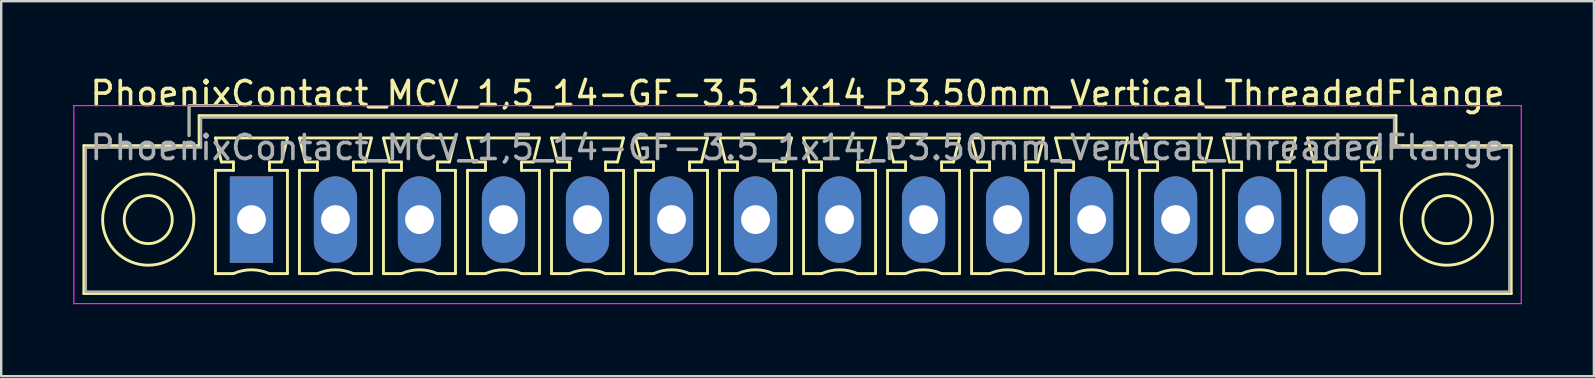
<source format=kicad_pcb>
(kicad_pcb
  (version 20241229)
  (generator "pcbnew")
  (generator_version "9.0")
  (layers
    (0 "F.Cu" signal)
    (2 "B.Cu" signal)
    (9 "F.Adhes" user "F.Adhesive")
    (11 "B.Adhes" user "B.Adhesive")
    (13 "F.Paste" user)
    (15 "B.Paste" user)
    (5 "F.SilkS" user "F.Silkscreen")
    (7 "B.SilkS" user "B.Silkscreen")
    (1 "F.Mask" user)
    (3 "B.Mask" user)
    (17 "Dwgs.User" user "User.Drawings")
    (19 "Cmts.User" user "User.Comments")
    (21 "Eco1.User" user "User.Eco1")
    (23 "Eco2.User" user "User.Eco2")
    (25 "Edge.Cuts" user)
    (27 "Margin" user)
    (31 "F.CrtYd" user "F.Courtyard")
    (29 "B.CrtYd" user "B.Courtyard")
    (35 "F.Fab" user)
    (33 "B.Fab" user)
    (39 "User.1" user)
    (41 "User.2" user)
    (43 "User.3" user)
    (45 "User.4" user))
  (footprint "PhoenixContact_MCV_1,5_14-GF-3.5_1x14_P3.50mm_Vertical_ThreadedFlange"
    (layer "F.Cu")
    (at 7.425 6.098)
    (property "Reference" "PhoenixContact_MCV_1,5_14-GF-3.5_1x14_P3.50mm_Vertical_ThreadedFlange" (at 22.75 -5.25 0) (layer "F.SilkS") (effects (font (size 1 1) (thickness 0.15))))
    (attr through_hole)
    (fp_line (start -6.98 -3.08) (end -6.98 3.08) (stroke (width 0.12) (type solid)) (layer "F.SilkS"))
    (fp_line (start -6.98 3.08) (end 52.48 3.08) (stroke (width 0.12) (type solid)) (layer "F.SilkS"))
    (fp_line (start -2.6 -4.75) (end -0.6 -4.75) (stroke (width 0.12) (type solid)) (layer "F.SilkS"))
    (fp_line (start -2.6 -3.5) (end -2.6 -4.75) (stroke (width 0.12) (type solid)) (layer "F.SilkS"))
    (fp_line (start -2.18 -4.33) (end -2.18 -3.08) (stroke (width 0.12) (type solid)) (layer "F.SilkS"))
    (fp_line (start -2.18 -3.08) (end -6.98 -3.08) (stroke (width 0.12) (type solid)) (layer "F.SilkS"))
    (fp_line (start -1.5 -3.4) (end 1.5 -3.4) (stroke (width 0.12) (type solid)) (layer "F.SilkS"))
    (fp_line (start -1.5 -2.05) (end -0.75 -2.05) (stroke (width 0.12) (type solid)) (layer "F.SilkS"))
    (fp_line (start -1.5 2.25) (end -1.5 -2.05) (stroke (width 0.12) (type solid)) (layer "F.SilkS"))
    (fp_line (start -1.25 -2.4) (end -1.5 -3.4) (stroke (width 0.12) (type solid)) (layer "F.SilkS"))
    (fp_line (start -0.75 -2.4) (end -1.25 -2.4) (stroke (width 0.12) (type solid)) (layer "F.SilkS"))
    (fp_line (start -0.75 -2.05) (end -0.75 -2.4) (stroke (width 0.12) (type solid)) (layer "F.SilkS"))
    (fp_line (start -0.75 2.25) (end -1.5 2.25) (stroke (width 0.12) (type solid)) (layer "F.SilkS"))
    (fp_line (start 0.75 -2.4) (end 0.75 -2.05) (stroke (width 0.12) (type solid)) (layer "F.SilkS"))
    (fp_line (start 0.75 -2.05) (end 1.5 -2.05) (stroke (width 0.12) (type solid)) (layer "F.SilkS"))
    (fp_line (start 1.25 -2.4) (end 0.75 -2.4) (stroke (width 0.12) (type solid)) (layer "F.SilkS"))
    (fp_line (start 1.5 -3.4) (end 1.25 -2.4) (stroke (width 0.12) (type solid)) (layer "F.SilkS"))
    (fp_line (start 1.5 -2.05) (end 1.5 2.25) (stroke (width 0.12) (type solid)) (layer "F.SilkS"))
    (fp_line (start 1.5 2.25) (end 0.75 2.25) (stroke (width 0.12) (type solid)) (layer "F.SilkS"))
    (fp_line (start 2 -3.4) (end 5 -3.4) (stroke (width 0.12) (type solid)) (layer "F.SilkS"))
    (fp_line (start 2 -2.05) (end 2.75 -2.05) (stroke (width 0.12) (type solid)) (layer "F.SilkS"))
    (fp_line (start 2 2.25) (end 2 -2.05) (stroke (width 0.12) (type solid)) (layer "F.SilkS"))
    (fp_line (start 2.25 -2.4) (end 2 -3.4) (stroke (width 0.12) (type solid)) (layer "F.SilkS"))
    (fp_line (start 2.75 -2.4) (end 2.25 -2.4) (stroke (width 0.12) (type solid)) (layer "F.SilkS"))
    (fp_line (start 2.75 -2.05) (end 2.75 -2.4) (stroke (width 0.12) (type solid)) (layer "F.SilkS"))
    (fp_line (start 2.75 2.25) (end 2 2.25) (stroke (width 0.12) (type solid)) (layer "F.SilkS"))
    (fp_line (start 4.25 -2.4) (end 4.25 -2.05) (stroke (width 0.12) (type solid)) (layer "F.SilkS"))
    (fp_line (start 4.25 -2.05) (end 5 -2.05) (stroke (width 0.12) (type solid)) (layer "F.SilkS"))
    (fp_line (start 4.75 -2.4) (end 4.25 -2.4) (stroke (width 0.12) (type solid)) (layer "F.SilkS"))
    (fp_line (start 5 -3.4) (end 4.75 -2.4) (stroke (width 0.12) (type solid)) (layer "F.SilkS"))
    (fp_line (start 5 -2.05) (end 5 2.25) (stroke (width 0.12) (type solid)) (layer "F.SilkS"))
    (fp_line (start 5 2.25) (end 4.25 2.25) (stroke (width 0.12) (type solid)) (layer "F.SilkS"))
    (fp_line (start 5.5 -3.4) (end 8.5 -3.4) (stroke (width 0.12) (type solid)) (layer "F.SilkS"))
    (fp_line (start 5.5 -2.05) (end 6.25 -2.05) (stroke (width 0.12) (type solid)) (layer "F.SilkS"))
    (fp_line (start 5.5 2.25) (end 5.5 -2.05) (stroke (width 0.12) (type solid)) (layer "F.SilkS"))
    (fp_line (start 5.75 -2.4) (end 5.5 -3.4) (stroke (width 0.12) (type solid)) (layer "F.SilkS"))
    (fp_line (start 6.25 -2.4) (end 5.75 -2.4) (stroke (width 0.12) (type solid)) (layer "F.SilkS"))
    (fp_line (start 6.25 -2.05) (end 6.25 -2.4) (stroke (width 0.12) (type solid)) (layer "F.SilkS"))
    (fp_line (start 6.25 2.25) (end 5.5 2.25) (stroke (width 0.12) (type solid)) (layer "F.SilkS"))
    (fp_line (start 7.75 -2.4) (end 7.75 -2.05) (stroke (width 0.12) (type solid)) (layer "F.SilkS"))
    (fp_line (start 7.75 -2.05) (end 8.5 -2.05) (stroke (width 0.12) (type solid)) (layer "F.SilkS"))
    (fp_line (start 8.25 -2.4) (end 7.75 -2.4) (stroke (width 0.12) (type solid)) (layer "F.SilkS"))
    (fp_line (start 8.5 -3.4) (end 8.25 -2.4) (stroke (width 0.12) (type solid)) (layer "F.SilkS"))
    (fp_line (start 8.5 -2.05) (end 8.5 2.25) (stroke (width 0.12) (type solid)) (layer "F.SilkS"))
    (fp_line (start 8.5 2.25) (end 7.75 2.25) (stroke (width 0.12) (type solid)) (layer "F.SilkS"))
    (fp_line (start 9 -3.4) (end 12 -3.4) (stroke (width 0.12) (type solid)) (layer "F.SilkS"))
    (fp_line (start 9 -2.05) (end 9.75 -2.05) (stroke (width 0.12) (type solid)) (layer "F.SilkS"))
    (fp_line (start 9 2.25) (end 9 -2.05) (stroke (width 0.12) (type solid)) (layer "F.SilkS"))
    (fp_line (start 9.25 -2.4) (end 9 -3.4) (stroke (width 0.12) (type solid)) (layer "F.SilkS"))
    (fp_line (start 9.75 -2.4) (end 9.25 -2.4) (stroke (width 0.12) (type solid)) (layer "F.SilkS"))
    (fp_line (start 9.75 -2.05) (end 9.75 -2.4) (stroke (width 0.12) (type solid)) (layer "F.SilkS"))
    (fp_line (start 9.75 2.25) (end 9 2.25) (stroke (width 0.12) (type solid)) (layer "F.SilkS"))
    (fp_line (start 11.25 -2.4) (end 11.25 -2.05) (stroke (width 0.12) (type solid)) (layer "F.SilkS"))
    (fp_line (start 11.25 -2.05) (end 12 -2.05) (stroke (width 0.12) (type solid)) (layer "F.SilkS"))
    (fp_line (start 11.75 -2.4) (end 11.25 -2.4) (stroke (width 0.12) (type solid)) (layer "F.SilkS"))
    (fp_line (start 12 -3.4) (end 11.75 -2.4) (stroke (width 0.12) (type solid)) (layer "F.SilkS"))
    (fp_line (start 12 -2.05) (end 12 2.25) (stroke (width 0.12) (type solid)) (layer "F.SilkS"))
    (fp_line (start 12 2.25) (end 11.25 2.25) (stroke (width 0.12) (type solid)) (layer "F.SilkS"))
    (fp_line (start 12.5 -3.4) (end 15.5 -3.4) (stroke (width 0.12) (type solid)) (layer "F.SilkS"))
    (fp_line (start 12.5 -2.05) (end 13.25 -2.05) (stroke (width 0.12) (type solid)) (layer "F.SilkS"))
    (fp_line (start 12.5 2.25) (end 12.5 -2.05) (stroke (width 0.12) (type solid)) (layer "F.SilkS"))
    (fp_line (start 12.75 -2.4) (end 12.5 -3.4) (stroke (width 0.12) (type solid)) (layer "F.SilkS"))
    (fp_line (start 13.25 -2.4) (end 12.75 -2.4) (stroke (width 0.12) (type solid)) (layer "F.SilkS"))
    (fp_line (start 13.25 -2.05) (end 13.25 -2.4) (stroke (width 0.12) (type solid)) (layer "F.SilkS"))
    (fp_line (start 13.25 2.25) (end 12.5 2.25) (stroke (width 0.12) (type solid)) (layer "F.SilkS"))
    (fp_line (start 14.75 -2.4) (end 14.75 -2.05) (stroke (width 0.12) (type solid)) (layer "F.SilkS"))
    (fp_line (start 14.75 -2.05) (end 15.5 -2.05) (stroke (width 0.12) (type solid)) (layer "F.SilkS"))
    (fp_line (start 15.25 -2.4) (end 14.75 -2.4) (stroke (width 0.12) (type solid)) (layer "F.SilkS"))
    (fp_line (start 15.5 -3.4) (end 15.25 -2.4) (stroke (width 0.12) (type solid)) (layer "F.SilkS"))
    (fp_line (start 15.5 -2.05) (end 15.5 2.25) (stroke (width 0.12) (type solid)) (layer "F.SilkS"))
    (fp_line (start 15.5 2.25) (end 14.75 2.25) (stroke (width 0.12) (type solid)) (layer "F.SilkS"))
    (fp_line (start 16 -3.4) (end 19 -3.4) (stroke (width 0.12) (type solid)) (layer "F.SilkS"))
    (fp_line (start 16 -2.05) (end 16.75 -2.05) (stroke (width 0.12) (type solid)) (layer "F.SilkS"))
    (fp_line (start 16 2.25) (end 16 -2.05) (stroke (width 0.12) (type solid)) (layer "F.SilkS"))
    (fp_line (start 16.25 -2.4) (end 16 -3.4) (stroke (width 0.12) (type solid)) (layer "F.SilkS"))
    (fp_line (start 16.75 -2.4) (end 16.25 -2.4) (stroke (width 0.12) (type solid)) (layer "F.SilkS"))
    (fp_line (start 16.75 -2.05) (end 16.75 -2.4) (stroke (width 0.12) (type solid)) (layer "F.SilkS"))
    (fp_line (start 16.75 2.25) (end 16 2.25) (stroke (width 0.12) (type solid)) (layer "F.SilkS"))
    (fp_line (start 18.25 -2.4) (end 18.25 -2.05) (stroke (width 0.12) (type solid)) (layer "F.SilkS"))
    (fp_line (start 18.25 -2.05) (end 19 -2.05) (stroke (width 0.12) (type solid)) (layer "F.SilkS"))
    (fp_line (start 18.75 -2.4) (end 18.25 -2.4) (stroke (width 0.12) (type solid)) (layer "F.SilkS"))
    (fp_line (start 19 -3.4) (end 18.75 -2.4) (stroke (width 0.12) (type solid)) (layer "F.SilkS"))
    (fp_line (start 19 -2.05) (end 19 2.25) (stroke (width 0.12) (type solid)) (layer "F.SilkS"))
    (fp_line (start 19 2.25) (end 18.25 2.25) (stroke (width 0.12) (type solid)) (layer "F.SilkS"))
    (fp_line (start 19.5 -3.4) (end 22.5 -3.4) (stroke (width 0.12) (type solid)) (layer "F.SilkS"))
    (fp_line (start 19.5 -2.05) (end 20.25 -2.05) (stroke (width 0.12) (type solid)) (layer "F.SilkS"))
    (fp_line (start 19.5 2.25) (end 19.5 -2.05) (stroke (width 0.12) (type solid)) (layer "F.SilkS"))
    (fp_line (start 19.75 -2.4) (end 19.5 -3.4) (stroke (width 0.12) (type solid)) (layer "F.SilkS"))
    (fp_line (start 20.25 -2.4) (end 19.75 -2.4) (stroke (width 0.12) (type solid)) (layer "F.SilkS"))
    (fp_line (start 20.25 -2.05) (end 20.25 -2.4) (stroke (width 0.12) (type solid)) (layer "F.SilkS"))
    (fp_line (start 20.25 2.25) (end 19.5 2.25) (stroke (width 0.12) (type solid)) (layer "F.SilkS"))
    (fp_line (start 21.75 -2.4) (end 21.75 -2.05) (stroke (width 0.12) (type solid)) (layer "F.SilkS"))
    (fp_line (start 21.75 -2.05) (end 22.5 -2.05) (stroke (width 0.12) (type solid)) (layer "F.SilkS"))
    (fp_line (start 22.25 -2.4) (end 21.75 -2.4) (stroke (width 0.12) (type solid)) (layer "F.SilkS"))
    (fp_line (start 22.5 -3.4) (end 22.25 -2.4) (stroke (width 0.12) (type solid)) (layer "F.SilkS"))
    (fp_line (start 22.5 -2.05) (end 22.5 2.25) (stroke (width 0.12) (type solid)) (layer "F.SilkS"))
    (fp_line (start 22.5 2.25) (end 21.75 2.25) (stroke (width 0.12) (type solid)) (layer "F.SilkS"))
    (fp_line (start 23 -3.4) (end 26 -3.4) (stroke (width 0.12) (type solid)) (layer "F.SilkS"))
    (fp_line (start 23 -2.05) (end 23.75 -2.05) (stroke (width 0.12) (type solid)) (layer "F.SilkS"))
    (fp_line (start 23 2.25) (end 23 -2.05) (stroke (width 0.12) (type solid)) (layer "F.SilkS"))
    (fp_line (start 23.25 -2.4) (end 23 -3.4) (stroke (width 0.12) (type solid)) (layer "F.SilkS"))
    (fp_line (start 23.75 -2.4) (end 23.25 -2.4) (stroke (width 0.12) (type solid)) (layer "F.SilkS"))
    (fp_line (start 23.75 -2.05) (end 23.75 -2.4) (stroke (width 0.12) (type solid)) (layer "F.SilkS"))
    (fp_line (start 23.75 2.25) (end 23 2.25) (stroke (width 0.12) (type solid)) (layer "F.SilkS"))
    (fp_line (start 25.25 -2.4) (end 25.25 -2.05) (stroke (width 0.12) (type solid)) (layer "F.SilkS"))
    (fp_line (start 25.25 -2.05) (end 26 -2.05) (stroke (width 0.12) (type solid)) (layer "F.SilkS"))
    (fp_line (start 25.75 -2.4) (end 25.25 -2.4) (stroke (width 0.12) (type solid)) (layer "F.SilkS"))
    (fp_line (start 26 -3.4) (end 25.75 -2.4) (stroke (width 0.12) (type solid)) (layer "F.SilkS"))
    (fp_line (start 26 -2.05) (end 26 2.25) (stroke (width 0.12) (type solid)) (layer "F.SilkS"))
    (fp_line (start 26 2.25) (end 25.25 2.25) (stroke (width 0.12) (type solid)) (layer "F.SilkS"))
    (fp_line (start 26.5 -3.4) (end 29.5 -3.4) (stroke (width 0.12) (type solid)) (layer "F.SilkS"))
    (fp_line (start 26.5 -2.05) (end 27.25 -2.05) (stroke (width 0.12) (type solid)) (layer "F.SilkS"))
    (fp_line (start 26.5 2.25) (end 26.5 -2.05) (stroke (width 0.12) (type solid)) (layer "F.SilkS"))
    (fp_line (start 26.75 -2.4) (end 26.5 -3.4) (stroke (width 0.12) (type solid)) (layer "F.SilkS"))
    (fp_line (start 27.25 -2.4) (end 26.75 -2.4) (stroke (width 0.12) (type solid)) (layer "F.SilkS"))
    (fp_line (start 27.25 -2.05) (end 27.25 -2.4) (stroke (width 0.12) (type solid)) (layer "F.SilkS"))
    (fp_line (start 27.25 2.25) (end 26.5 2.25) (stroke (width 0.12) (type solid)) (layer "F.SilkS"))
    (fp_line (start 28.75 -2.4) (end 28.75 -2.05) (stroke (width 0.12) (type solid)) (layer "F.SilkS"))
    (fp_line (start 28.75 -2.05) (end 29.5 -2.05) (stroke (width 0.12) (type solid)) (layer "F.SilkS"))
    (fp_line (start 29.25 -2.4) (end 28.75 -2.4) (stroke (width 0.12) (type solid)) (layer "F.SilkS"))
    (fp_line (start 29.5 -3.4) (end 29.25 -2.4) (stroke (width 0.12) (type solid)) (layer "F.SilkS"))
    (fp_line (start 29.5 -2.05) (end 29.5 2.25) (stroke (width 0.12) (type solid)) (layer "F.SilkS"))
    (fp_line (start 29.5 2.25) (end 28.75 2.25) (stroke (width 0.12) (type solid)) (layer "F.SilkS"))
    (fp_line (start 30 -3.4) (end 33 -3.4) (stroke (width 0.12) (type solid)) (layer "F.SilkS"))
    (fp_line (start 30 -2.05) (end 30.75 -2.05) (stroke (width 0.12) (type solid)) (layer "F.SilkS"))
    (fp_line (start 30 2.25) (end 30 -2.05) (stroke (width 0.12) (type solid)) (layer "F.SilkS"))
    (fp_line (start 30.25 -2.4) (end 30 -3.4) (stroke (width 0.12) (type solid)) (layer "F.SilkS"))
    (fp_line (start 30.75 -2.4) (end 30.25 -2.4) (stroke (width 0.12) (type solid)) (layer "F.SilkS"))
    (fp_line (start 30.75 -2.05) (end 30.75 -2.4) (stroke (width 0.12) (type solid)) (layer "F.SilkS"))
    (fp_line (start 30.75 2.25) (end 30 2.25) (stroke (width 0.12) (type solid)) (layer "F.SilkS"))
    (fp_line (start 32.25 -2.4) (end 32.25 -2.05) (stroke (width 0.12) (type solid)) (layer "F.SilkS"))
    (fp_line (start 32.25 -2.05) (end 33 -2.05) (stroke (width 0.12) (type solid)) (layer "F.SilkS"))
    (fp_line (start 32.75 -2.4) (end 32.25 -2.4) (stroke (width 0.12) (type solid)) (layer "F.SilkS"))
    (fp_line (start 33 -3.4) (end 32.75 -2.4) (stroke (width 0.12) (type solid)) (layer "F.SilkS"))
    (fp_line (start 33 -2.05) (end 33 2.25) (stroke (width 0.12) (type solid)) (layer "F.SilkS"))
    (fp_line (start 33 2.25) (end 32.25 2.25) (stroke (width 0.12) (type solid)) (layer "F.SilkS"))
    (fp_line (start 33.5 -3.4) (end 36.5 -3.4) (stroke (width 0.12) (type solid)) (layer "F.SilkS"))
    (fp_line (start 33.5 -2.05) (end 34.25 -2.05) (stroke (width 0.12) (type solid)) (layer "F.SilkS"))
    (fp_line (start 33.5 2.25) (end 33.5 -2.05) (stroke (width 0.12) (type solid)) (layer "F.SilkS"))
    (fp_line (start 33.75 -2.4) (end 33.5 -3.4) (stroke (width 0.12) (type solid)) (layer "F.SilkS"))
    (fp_line (start 34.25 -2.4) (end 33.75 -2.4) (stroke (width 0.12) (type solid)) (layer "F.SilkS"))
    (fp_line (start 34.25 -2.05) (end 34.25 -2.4) (stroke (width 0.12) (type solid)) (layer "F.SilkS"))
    (fp_line (start 34.25 2.25) (end 33.5 2.25) (stroke (width 0.12) (type solid)) (layer "F.SilkS"))
    (fp_line (start 35.75 -2.4) (end 35.75 -2.05) (stroke (width 0.12) (type solid)) (layer "F.SilkS"))
    (fp_line (start 35.75 -2.05) (end 36.5 -2.05) (stroke (width 0.12) (type solid)) (layer "F.SilkS"))
    (fp_line (start 36.25 -2.4) (end 35.75 -2.4) (stroke (width 0.12) (type solid)) (layer "F.SilkS"))
    (fp_line (start 36.5 -3.4) (end 36.25 -2.4) (stroke (width 0.12) (type solid)) (layer "F.SilkS"))
    (fp_line (start 36.5 -2.05) (end 36.5 2.25) (stroke (width 0.12) (type solid)) (layer "F.SilkS"))
    (fp_line (start 36.5 2.25) (end 35.75 2.25) (stroke (width 0.12) (type solid)) (layer "F.SilkS"))
    (fp_line (start 37 -3.4) (end 40 -3.4) (stroke (width 0.12) (type solid)) (layer "F.SilkS"))
    (fp_line (start 37 -2.05) (end 37.75 -2.05) (stroke (width 0.12) (type solid)) (layer "F.SilkS"))
    (fp_line (start 37 2.25) (end 37 -2.05) (stroke (width 0.12) (type solid)) (layer "F.SilkS"))
    (fp_line (start 37.25 -2.4) (end 37 -3.4) (stroke (width 0.12) (type solid)) (layer "F.SilkS"))
    (fp_line (start 37.75 -2.4) (end 37.25 -2.4) (stroke (width 0.12) (type solid)) (layer "F.SilkS"))
    (fp_line (start 37.75 -2.05) (end 37.75 -2.4) (stroke (width 0.12) (type solid)) (layer "F.SilkS"))
    (fp_line (start 37.75 2.25) (end 37 2.25) (stroke (width 0.12) (type solid)) (layer "F.SilkS"))
    (fp_line (start 39.25 -2.4) (end 39.25 -2.05) (stroke (width 0.12) (type solid)) (layer "F.SilkS"))
    (fp_line (start 39.25 -2.05) (end 40 -2.05) (stroke (width 0.12) (type solid)) (layer "F.SilkS"))
    (fp_line (start 39.75 -2.4) (end 39.25 -2.4) (stroke (width 0.12) (type solid)) (layer "F.SilkS"))
    (fp_line (start 40 -3.4) (end 39.75 -2.4) (stroke (width 0.12) (type solid)) (layer "F.SilkS"))
    (fp_line (start 40 -2.05) (end 40 2.25) (stroke (width 0.12) (type solid)) (layer "F.SilkS"))
    (fp_line (start 40 2.25) (end 39.25 2.25) (stroke (width 0.12) (type solid)) (layer "F.SilkS"))
    (fp_line (start 40.5 -3.4) (end 43.5 -3.4) (stroke (width 0.12) (type solid)) (layer "F.SilkS"))
    (fp_line (start 40.5 -2.05) (end 41.25 -2.05) (stroke (width 0.12) (type solid)) (layer "F.SilkS"))
    (fp_line (start 40.5 2.25) (end 40.5 -2.05) (stroke (width 0.12) (type solid)) (layer "F.SilkS"))
    (fp_line (start 40.75 -2.4) (end 40.5 -3.4) (stroke (width 0.12) (type solid)) (layer "F.SilkS"))
    (fp_line (start 41.25 -2.4) (end 40.75 -2.4) (stroke (width 0.12) (type solid)) (layer "F.SilkS"))
    (fp_line (start 41.25 -2.05) (end 41.25 -2.4) (stroke (width 0.12) (type solid)) (layer "F.SilkS"))
    (fp_line (start 41.25 2.25) (end 40.5 2.25) (stroke (width 0.12) (type solid)) (layer "F.SilkS"))
    (fp_line (start 42.75 -2.4) (end 42.75 -2.05) (stroke (width 0.12) (type solid)) (layer "F.SilkS"))
    (fp_line (start 42.75 -2.05) (end 43.5 -2.05) (stroke (width 0.12) (type solid)) (layer "F.SilkS"))
    (fp_line (start 43.25 -2.4) (end 42.75 -2.4) (stroke (width 0.12) (type solid)) (layer "F.SilkS"))
    (fp_line (start 43.5 -3.4) (end 43.25 -2.4) (stroke (width 0.12) (type solid)) (layer "F.SilkS"))
    (fp_line (start 43.5 -2.05) (end 43.5 2.25) (stroke (width 0.12) (type solid)) (layer "F.SilkS"))
    (fp_line (start 43.5 2.25) (end 42.75 2.25) (stroke (width 0.12) (type solid)) (layer "F.SilkS"))
    (fp_line (start 44 -3.4) (end 47 -3.4) (stroke (width 0.12) (type solid)) (layer "F.SilkS"))
    (fp_line (start 44 -2.05) (end 44.75 -2.05) (stroke (width 0.12) (type solid)) (layer "F.SilkS"))
    (fp_line (start 44 2.25) (end 44 -2.05) (stroke (width 0.12) (type solid)) (layer "F.SilkS"))
    (fp_line (start 44.25 -2.4) (end 44 -3.4) (stroke (width 0.12) (type solid)) (layer "F.SilkS"))
    (fp_line (start 44.75 -2.4) (end 44.25 -2.4) (stroke (width 0.12) (type solid)) (layer "F.SilkS"))
    (fp_line (start 44.75 -2.05) (end 44.75 -2.4) (stroke (width 0.12) (type solid)) (layer "F.SilkS"))
    (fp_line (start 44.75 2.25) (end 44 2.25) (stroke (width 0.12) (type solid)) (layer "F.SilkS"))
    (fp_line (start 46.25 -2.4) (end 46.25 -2.05) (stroke (width 0.12) (type solid)) (layer "F.SilkS"))
    (fp_line (start 46.25 -2.05) (end 47 -2.05) (stroke (width 0.12) (type solid)) (layer "F.SilkS"))
    (fp_line (start 46.75 -2.4) (end 46.25 -2.4) (stroke (width 0.12) (type solid)) (layer "F.SilkS"))
    (fp_line (start 47 -3.4) (end 46.75 -2.4) (stroke (width 0.12) (type solid)) (layer "F.SilkS"))
    (fp_line (start 47 -2.05) (end 47 2.25) (stroke (width 0.12) (type solid)) (layer "F.SilkS"))
    (fp_line (start 47 2.25) (end 46.25 2.25) (stroke (width 0.12) (type solid)) (layer "F.SilkS"))
    (fp_line (start 47.68 -4.33) (end -2.18 -4.33) (stroke (width 0.12) (type solid)) (layer "F.SilkS"))
    (fp_line (start 47.68 -3.08) (end 47.68 -4.33) (stroke (width 0.12) (type solid)) (layer "F.SilkS"))
    (fp_line (start 52.48 -3.08) (end 47.68 -3.08) (stroke (width 0.12) (type solid)) (layer "F.SilkS"))
    (fp_line (start 52.48 3.08) (end 52.48 -3.08) (stroke (width 0.12) (type solid)) (layer "F.SilkS"))
    (fp_arc (start -0.75 2.25) (mid -0.000193 2.09191) (end 0.749647 2.249844) (stroke (width 0.12) (type solid)) (layer "F.SilkS"))
    (fp_arc (start 2.75 2.25) (mid 3.499807 2.09191) (end 4.249647 2.249844) (stroke (width 0.12) (type solid)) (layer "F.SilkS"))
    (fp_arc (start 6.25 2.25) (mid 6.999807 2.09191) (end 7.749647 2.249844) (stroke (width 0.12) (type solid)) (layer "F.SilkS"))
    (fp_arc (start 9.75 2.25) (mid 10.499807 2.09191) (end 11.249647 2.249844) (stroke (width 0.12) (type solid)) (layer "F.SilkS"))
    (fp_arc (start 13.25 2.25) (mid 13.999807 2.09191) (end 14.749647 2.249844) (stroke (width 0.12) (type solid)) (layer "F.SilkS"))
    (fp_arc (start 16.75 2.25) (mid 17.499807 2.09191) (end 18.249647 2.249844) (stroke (width 0.12) (type solid)) (layer "F.SilkS"))
    (fp_arc (start 20.25 2.25) (mid 20.999807 2.09191) (end 21.749647 2.249844) (stroke (width 0.12) (type solid)) (layer "F.SilkS"))
    (fp_arc (start 23.75 2.25) (mid 24.499807 2.09191) (end 25.249647 2.249844) (stroke (width 0.12) (type solid)) (layer "F.SilkS"))
    (fp_arc (start 27.25 2.25) (mid 27.999807 2.09191) (end 28.749647 2.249844) (stroke (width 0.12) (type solid)) (layer "F.SilkS"))
    (fp_arc (start 30.75 2.25) (mid 31.499807 2.09191) (end 32.249647 2.249844) (stroke (width 0.12) (type solid)) (layer "F.SilkS"))
    (fp_arc (start 34.25 2.25) (mid 34.999807 2.09191) (end 35.749647 2.249844) (stroke (width 0.12) (type solid)) (layer "F.SilkS"))
    (fp_arc (start 37.75 2.25) (mid 38.499807 2.09191) (end 39.249647 2.249844) (stroke (width 0.12) (type solid)) (layer "F.SilkS"))
    (fp_arc (start 41.25 2.25) (mid 41.999807 2.09191) (end 42.749647 2.249844) (stroke (width 0.12) (type solid)) (layer "F.SilkS"))
    (fp_arc (start 44.75 2.25) (mid 45.499807 2.09191) (end 46.249647 2.249844) (stroke (width 0.12) (type solid)) (layer "F.SilkS"))
    (fp_circle (center -4.3 0) (end -3.3 0) (stroke (width 0.12) (type solid)) (fill no) (layer "F.SilkS"))
    (fp_circle (center -4.3 0) (end -2.4 0) (stroke (width 0.12) (type solid)) (fill no) (layer "F.SilkS"))
    (fp_circle (center 49.8 0) (end 50.8 0) (stroke (width 0.12) (type solid)) (fill no) (layer "F.SilkS"))
    (fp_circle (center 49.8 0) (end 51.7 0) (stroke (width 0.12) (type solid)) (fill no) (layer "F.SilkS"))
    (fp_line (start -7.4 -4.75) (end -7.4 3.5) (stroke (width 0.05) (type solid)) (layer "F.CrtYd"))
    (fp_line (start -7.4 3.5) (end 52.9 3.5) (stroke (width 0.05) (type solid)) (layer "F.CrtYd"))
    (fp_line (start 52.9 -4.75) (end -7.4 -4.75) (stroke (width 0.05) (type solid)) (layer "F.CrtYd"))
    (fp_line (start 52.9 3.5) (end 52.9 -4.75) (stroke (width 0.05) (type solid)) (layer "F.CrtYd"))
    (fp_line (start -6.9 -3) (end -6.9 3) (stroke (width 0.1) (type solid)) (layer "F.Fab"))
    (fp_line (start -6.9 3) (end 52.4 3) (stroke (width 0.1) (type solid)) (layer "F.Fab"))
    (fp_line (start -2.6 -4.75) (end -0.6 -4.75) (stroke (width 0.1) (type solid)) (layer "F.Fab"))
    (fp_line (start -2.6 -3.5) (end -2.6 -4.75) (stroke (width 0.1) (type solid)) (layer "F.Fab"))
    (fp_line (start -2.1 -4.25) (end -2.1 -3) (stroke (width 0.1) (type solid)) (layer "F.Fab"))
    (fp_line (start -2.1 -3) (end -6.9 -3) (stroke (width 0.1) (type solid)) (layer "F.Fab"))
    (fp_line (start 47.6 -4.25) (end -2.1 -4.25) (stroke (width 0.1) (type solid)) (layer "F.Fab"))
    (fp_line (start 47.6 -3) (end 47.6 -4.25) (stroke (width 0.1) (type solid)) (layer "F.Fab"))
    (fp_line (start 52.4 -3) (end 47.6 -3) (stroke (width 0.1) (type solid)) (layer "F.Fab"))
    (fp_line (start 52.4 3) (end 52.4 -3) (stroke (width 0.1) (type solid)) (layer "F.Fab"))
    (fp_text user "${REFERENCE}" (at 22.75 -3 0) (layer "F.Fab") (effects (font (size 1 1) (thickness 0.15))))
    (pad "1" thru_hole rect (at 0 0) (size 1.8 3.6) (drill 1.2) (layers "*.Cu" "*.Mask"))
    (pad "2" thru_hole oval (at 3.5 0) (size 1.8 3.6) (drill 1.2) (layers "*.Cu" "*.Mask"))
    (pad "3" thru_hole oval (at 7 0) (size 1.8 3.6) (drill 1.2) (layers "*.Cu" "*.Mask"))
    (pad "4" thru_hole oval (at 10.5 0) (size 1.8 3.6) (drill 1.2) (layers "*.Cu" "*.Mask"))
    (pad "5" thru_hole oval (at 14 0) (size 1.8 3.6) (drill 1.2) (layers "*.Cu" "*.Mask"))
    (pad "6" thru_hole oval (at 17.5 0) (size 1.8 3.6) (drill 1.2) (layers "*.Cu" "*.Mask"))
    (pad "7" thru_hole oval (at 21 0) (size 1.8 3.6) (drill 1.2) (layers "*.Cu" "*.Mask"))
    (pad "8" thru_hole oval (at 24.5 0) (size 1.8 3.6) (drill 1.2) (layers "*.Cu" "*.Mask"))
    (pad "9" thru_hole oval (at 28 0) (size 1.8 3.6) (drill 1.2) (layers "*.Cu" "*.Mask"))
    (pad "10" thru_hole oval (at 31.5 0) (size 1.8 3.6) (drill 1.2) (layers "*.Cu" "*.Mask"))
    (pad "11" thru_hole oval (at 35 0) (size 1.8 3.6) (drill 1.2) (layers "*.Cu" "*.Mask"))
    (pad "12" thru_hole oval (at 38.5 0) (size 1.8 3.6) (drill 1.2) (layers "*.Cu" "*.Mask"))
    (pad "13" thru_hole oval (at 42 0) (size 1.8 3.6) (drill 1.2) (layers "*.Cu" "*.Mask"))
    (pad "14" thru_hole oval (at 45.5 0) (size 1.8 3.6) (drill 1.2) (layers "*.Cu" "*.Mask")))
  (gr_rect
    (start -3 -3)
    (end 63.35 12.623)
    (stroke (width 0.1) (type default))
    (fill no)
    (layer "Edge.Cuts")))
</source>
